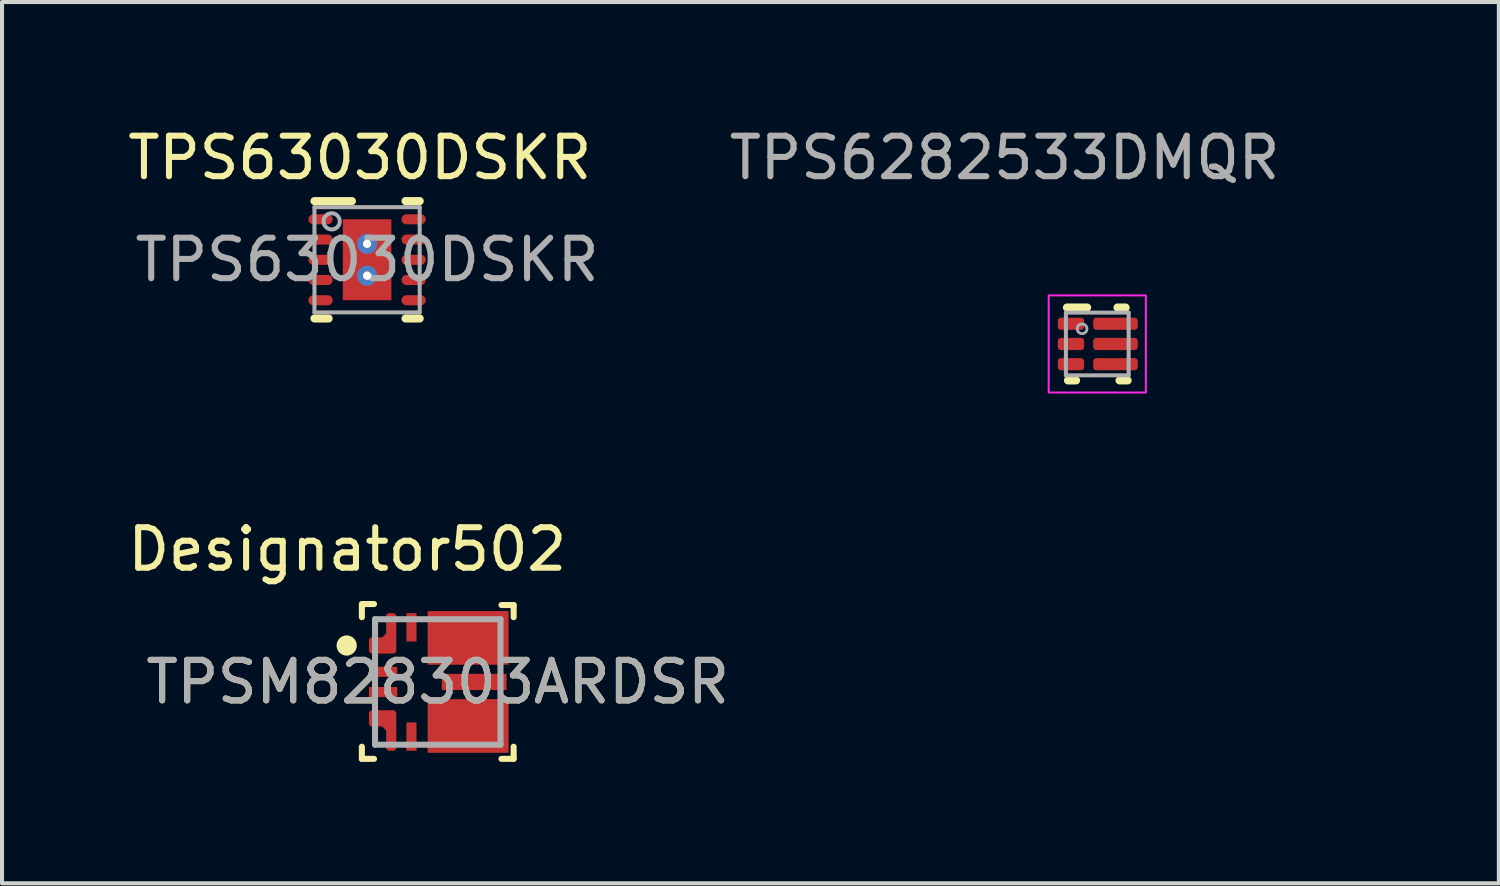
<source format=kicad_pcb>
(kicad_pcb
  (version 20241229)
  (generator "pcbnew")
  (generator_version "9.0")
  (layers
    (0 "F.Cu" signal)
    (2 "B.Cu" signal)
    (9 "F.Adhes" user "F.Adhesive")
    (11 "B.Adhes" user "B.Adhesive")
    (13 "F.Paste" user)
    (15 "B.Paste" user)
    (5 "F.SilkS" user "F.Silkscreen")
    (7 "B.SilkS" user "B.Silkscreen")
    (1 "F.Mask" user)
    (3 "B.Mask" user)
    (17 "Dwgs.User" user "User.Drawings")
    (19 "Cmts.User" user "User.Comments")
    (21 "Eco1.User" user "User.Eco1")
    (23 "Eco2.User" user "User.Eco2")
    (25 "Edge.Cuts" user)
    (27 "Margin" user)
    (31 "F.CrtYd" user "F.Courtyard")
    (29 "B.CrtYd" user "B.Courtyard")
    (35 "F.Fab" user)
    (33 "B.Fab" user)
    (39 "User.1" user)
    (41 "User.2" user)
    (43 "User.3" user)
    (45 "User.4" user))
  (footprint "TPS6282533DMQR"
    (layer "F.Cu")
    (at 24.059 5.448)
    (property "Reference" "TPS6282533DMQR" (at 0.01 -1.93 0) (unlocked yes) (layer "User.2") (effects (font (size 1 1) (thickness 0.15))))
    (attr smd)
    (fp_line (start -0.75 -0.9) (end -0.25 -0.9) (stroke (width 0.2) (type solid)) (layer "F.SilkS"))
    (fp_line (start -0.725 0.9) (end -0.525 0.9) (stroke (width 0.2) (type solid)) (layer "F.SilkS"))
    (fp_line (start 0.5 -0.9) (end 0.7 -0.9) (stroke (width 0.2) (type solid)) (layer "F.SilkS"))
    (fp_line (start 0.55 0.9) (end 0.75 0.9) (stroke (width 0.2) (type solid)) (layer "F.SilkS"))
    (fp_poly (pts (xy 0.1 -0.45) (xy 0.1 -0.55) (xy 0.101 -0.56) (xy 0.104 -0.569) (xy 0.108 -0.578) (xy 0.115 -0.585) (xy 0.122 -0.592) (xy 0.131 -0.596) (xy 0.14 -0.599) (xy 0.15 -0.6) (xy 0.9 -0.6) (xy 0.91 -0.599) (xy 0.919 -0.596) (xy 0.928 -0.592) (xy 0.935 -0.585) (xy 0.942 -0.578) (xy 0.946 -0.569) (xy 0.949 -0.56) (xy 0.95 -0.55) (xy 0.95 -0.45) (xy 0.949 -0.44) (xy 0.946 -0.431) (xy 0.942 -0.422) (xy 0.935 -0.415) (xy 0.928 -0.408) (xy 0.919 -0.404) (xy 0.91 -0.401) (xy 0.9 -0.4) (xy 0.15 -0.4) (xy 0.14 -0.401) (xy 0.131 -0.404) (xy 0.122 -0.408) (xy 0.115 -0.415) (xy 0.108 -0.422) (xy 0.104 -0.431) (xy 0.101 -0.44)) (stroke (width 0) (type solid)) (fill yes) (layer "F.Paste"))
    (fp_poly (pts (xy 0.1 0.05) (xy 0.1 -0.05) (xy 0.101 -0.06) (xy 0.104 -0.069) (xy 0.108 -0.078) (xy 0.115 -0.085) (xy 0.122 -0.092) (xy 0.131 -0.096) (xy 0.14 -0.099) (xy 0.15 -0.1) (xy 0.9 -0.1) (xy 0.91 -0.099) (xy 0.919 -0.096) (xy 0.928 -0.092) (xy 0.935 -0.085) (xy 0.942 -0.078) (xy 0.946 -0.069) (xy 0.949 -0.06) (xy 0.95 -0.05) (xy 0.95 0.05) (xy 0.949 0.06) (xy 0.946 0.069) (xy 0.942 0.078) (xy 0.935 0.085) (xy 0.928 0.092) (xy 0.919 0.096) (xy 0.91 0.099) (xy 0.9 0.1) (xy 0.15 0.1) (xy 0.14 0.099) (xy 0.131 0.096) (xy 0.122 0.092) (xy 0.115 0.085) (xy 0.108 0.078) (xy 0.104 0.069) (xy 0.101 0.06)) (stroke (width 0) (type solid)) (fill yes) (layer "F.Paste"))
    (fp_poly (pts (xy 0.1 0.55) (xy 0.1 0.45) (xy 0.101 0.44) (xy 0.104 0.431) (xy 0.108 0.422) (xy 0.115 0.415) (xy 0.122 0.408) (xy 0.131 0.404) (xy 0.14 0.401) (xy 0.15 0.4) (xy 0.9 0.4) (xy 0.91 0.401) (xy 0.919 0.404) (xy 0.928 0.408) (xy 0.935 0.415) (xy 0.942 0.422) (xy 0.946 0.431) (xy 0.949 0.44) (xy 0.95 0.45) (xy 0.95 0.55) (xy 0.949 0.56) (xy 0.946 0.569) (xy 0.942 0.578) (xy 0.935 0.585) (xy 0.928 0.592) (xy 0.919 0.596) (xy 0.91 0.599) (xy 0.9 0.6) (xy 0.15 0.6) (xy 0.14 0.599) (xy 0.131 0.596) (xy 0.122 0.592) (xy 0.115 0.585) (xy 0.108 0.578) (xy 0.104 0.569) (xy 0.101 0.56)) (stroke (width 0) (type solid)) (fill yes) (layer "F.Paste"))
    (fp_rect (start -1.2 -1.2) (end 1.2 1.2) (stroke (width 0.05) (type default)) (fill no) (layer "F.CrtYd"))
    (fp_line (start -0.775 -0.775) (end 0.775 -0.775) (stroke (width 0.1) (type solid)) (layer "F.Fab"))
    (fp_line (start -0.775 0.775) (end -0.775 -0.775) (stroke (width 0.1) (type solid)) (layer "F.Fab"))
    (fp_line (start -0.775 0.775) (end 0.775 0.775) (stroke (width 0.1) (type solid)) (layer "F.Fab"))
    (fp_line (start 0.775 0.775) (end 0.775 -0.775) (stroke (width 0.1) (type solid)) (layer "F.Fab"))
    (fp_circle (center -0.375 -0.375) (end -0.255 -0.375) (stroke (width 0.07) (type solid)) (fill no) (layer "F.Fab"))
    (fp_text user "${REFERENCE}" (at -2.29 -4.6 0) (unlocked yes) (layer "F.Fab") (effects (font (size 1 1) (thickness 0.15))))
    (pad "1" smd roundrect (at -0.65 -0.5) (size 0.65 0.3) (layers "F.Cu" "F.Mask" "F.Paste") (roundrect_rratio 0.25))
    (pad "2" smd roundrect (at -0.65 0) (size 0.65 0.3) (layers "F.Cu" "F.Mask" "F.Paste") (roundrect_rratio 0.25))
    (pad "3" smd roundrect (at -0.65 0.5) (size 0.65 0.3) (layers "F.Cu" "F.Mask" "F.Paste") (roundrect_rratio 0.25))
    (pad "4" smd roundrect (at 0.45 0.5) (size 1.1 0.3) (layers "F.Cu" "F.Mask") (roundrect_rratio 0.25))
    (pad "5" smd roundrect (at 0.45 0) (size 1.1 0.3) (layers "F.Cu" "F.Mask") (roundrect_rratio 0.25))
    (pad "6" smd roundrect (at 0.45 -0.5) (size 1.1 0.3) (layers "F.Cu" "F.Mask") (roundrect_rratio 0.25)))
  (footprint "TPS63030DSKR"
    (layer "F.Cu")
    (at 6.019 3.368)
    (property "Reference" "TPS63030DSKR" (at -0.18 -2.52 0) (unlocked yes) (layer "F.SilkS") (effects (font (size 1 1) (thickness 0.15))))
    (attr smd)
    (fp_poly (pts (xy -0.663 -0.594) (xy -0.663 -1.064) (xy 0.663 -1.064) (xy 0.663 -0.594)) (stroke (width 0) (type solid)) (fill yes) (layer "F.Mask"))
    (fp_poly (pts (xy -0.663 0.194) (xy -0.663 -0.194) (xy 0.663 -0.194) (xy 0.663 0.194)) (stroke (width 0) (type solid)) (fill yes) (layer "F.Mask"))
    (fp_poly (pts (xy -0.663 1.064) (xy -0.663 -1.064) (xy -0.2 -1.064) (xy -0.2 1.064)) (stroke (width 0) (type solid)) (fill yes) (layer "F.Mask"))
    (fp_poly (pts (xy -0.663 1.064) (xy -0.663 0.594) (xy 0.663 0.594) (xy 0.663 1.064)) (stroke (width 0) (type solid)) (fill yes) (layer "F.Mask"))
    (fp_poly (pts (xy 0.2 1.064) (xy 0.2 -1.064) (xy 0.663 -1.064) (xy 0.663 1.064)) (stroke (width 0) (type solid)) (fill yes) (layer "F.Mask"))
    (fp_line (start -1.3 -1.45) (end -0.375 -1.45) (stroke (width 0.2) (type solid)) (layer "F.SilkS"))
    (fp_line (start -1.3 1.45) (end -0.95 1.45) (stroke (width 0.2) (type solid)) (layer "F.SilkS"))
    (fp_line (start 0.95 -1.45) (end 1.3 -1.45) (stroke (width 0.2) (type solid)) (layer "F.SilkS"))
    (fp_line (start 0.95 1.45) (end 1.3 1.45) (stroke (width 0.2) (type solid)) (layer "F.SilkS"))
    (fp_poly (pts (xy -0.563 0.894) (xy 0.563 0.894) (xy 0.563 -0.895) (xy -0.563 -0.895)) (stroke (width 0) (type solid)) (fill yes) (layer "F.Paste"))
    (fp_line (start -1.3 -1.3) (end 1.3 -1.3) (stroke (width 0.1) (type solid)) (layer "F.Fab"))
    (fp_line (start -1.3 1.3) (end -1.3 -1.3) (stroke (width 0.1) (type solid)) (layer "F.Fab"))
    (fp_line (start -1.3 1.3) (end 1.3 1.3) (stroke (width 0.1) (type solid)) (layer "F.Fab"))
    (fp_line (start 1.3 1.3) (end 1.3 -1.3) (stroke (width 0.1) (type solid)) (layer "F.Fab"))
    (fp_circle (center -0.875 -0.95) (end -0.675 -0.95) (stroke (width 0.1) (type solid)) (fill no) (layer "F.Fab"))
    (fp_text user "${REFERENCE}" (at 0 0 0) (unlocked yes) (layer "F.Fab") (effects (font (size 1 1) (thickness 0.15))))
    (pad "1" smd oval (at -1.15 -1 90) (size 0.25 0.6) (layers "F.Cu" "F.Mask" "F.Paste"))
    (pad "2" smd oval (at -1.15 -0.5 90) (size 0.25 0.6) (layers "F.Cu" "F.Mask" "F.Paste"))
    (pad "3" smd oval (at -1.15 -0.000003 90) (size 0.25 0.6) (layers "F.Cu" "F.Mask" "F.Paste"))
    (pad "4" smd oval (at -1.15 0.5 90) (size 0.25 0.6) (layers "F.Cu" "F.Mask" "F.Paste"))
    (pad "5" smd oval (at -1.15 1 90) (size 0.25 0.6) (layers "F.Cu" "F.Mask" "F.Paste"))
    (pad "6" smd oval (at 1.15 1 90) (size 0.25 0.6) (layers "F.Cu" "F.Mask" "F.Paste"))
    (pad "7" smd oval (at 1.15 0.5 90) (size 0.25 0.6) (layers "F.Cu" "F.Mask" "F.Paste"))
    (pad "8" smd oval (at 1.15 -0.000003 90) (size 0.25 0.6) (layers "F.Cu" "F.Mask" "F.Paste"))
    (pad "9" smd oval (at 1.15 -0.5 90) (size 0.25 0.6) (layers "F.Cu" "F.Mask" "F.Paste"))
    (pad "10" smd oval (at 1.15 -1 90) (size 0.25 0.6) (layers "F.Cu" "F.Mask" "F.Paste"))
    (pad "11" thru_hole circle (at 0 -0.394) (size 0.5 0.5) (drill 0.203) (layers "*.Cu" "*.Mask"))
    (pad "11" smd rect (at 0 0) (size 1.2 2) (layers "F.Cu" "F.Mask" "F.Paste"))
    (pad "11" thru_hole circle (at 0 0.394 90) (size 0.5 0.5) (drill 0.203) (layers "*.Cu" "*.Mask")))
  (footprint "TPSM828303ARDSR"
    (layer "F.Cu")
    (at 7.765 13.798)
    (property "Reference" "TPSM828303ARDSR" (at 0 0 0) (unlocked yes) (layer "F.SilkS") (effects (font (size 1 1) (thickness 0.15))))
    (attr smd)
    (fp_poly (pts (xy -1.025 -1.65) (xy -1.075 -1.7) (xy -1.225 -1.7) (xy -1.275 -1.65) (xy -1.275 -1.2) (xy -1.375 -1.1) (xy -1.65 -1.1) (xy -1.7 -1.05) (xy -1.7 -0.75) (xy -1.65 -0.7) (xy -1.075 -0.7) (xy -1.025 -0.75)) (stroke (width 0) (type solid)) (fill yes) (layer "F.Cu"))
    (fp_poly (pts (xy -1.025 1.65) (xy -1.075 1.7) (xy -1.225 1.7) (xy -1.275 1.65) (xy -1.275 1.2) (xy -1.375 1.1) (xy -1.65 1.1) (xy -1.7 1.05) (xy -1.7 0.75) (xy -1.65 0.7) (xy -1.075 0.7) (xy -1.025 0.75)) (stroke (width 0) (type solid)) (fill yes) (layer "F.Cu"))
    (fp_poly (pts (xy -1.75 0.325) (xy -1.75 0.175) (xy -1.65 0.075) (xy -1.05 0.075) (xy -0.95 0.175) (xy -0.95 0.325) (xy -1.05 0.425) (xy -1.65 0.425)) (stroke (width 0) (type solid)) (fill yes) (layer "F.Mask"))
    (fp_poly (pts (xy -1.65 -0.425) (xy -1.05 -0.425) (xy -0.95 -0.325) (xy -0.95 -0.175) (xy -1.05 -0.075) (xy -1.65 -0.075) (xy -1.75 -0.175) (xy -1.75 -0.325)) (stroke (width 0) (type solid)) (fill yes) (layer "F.Mask"))
    (fp_poly (pts (xy -0.475 -1.05) (xy -0.575 -0.95) (xy -0.725 -0.95) (xy -0.825 -1.05) (xy -0.825 -1.65) (xy -0.725 -1.75) (xy -0.575 -1.75) (xy -0.475 -1.65)) (stroke (width 0) (type solid)) (fill yes) (layer "F.Mask"))
    (fp_poly (pts (xy -0.475 1.65) (xy -0.575 1.75) (xy -0.725 1.75) (xy -0.825 1.65) (xy -0.825 1.05) (xy -0.725 0.95) (xy -0.575 0.95) (xy -0.475 1.05)) (stroke (width 0) (type solid)) (fill yes) (layer "F.Mask"))
    (fp_poly (pts (xy 1.75 -0.15) (xy 1.75 0.15) (xy 1.65 0.25) (xy 0.15 0.25) (xy 0.05 0.15) (xy 0.05 -0.15) (xy 0.15 -0.25) (xy 1.65 -0.25)) (stroke (width 0) (type solid)) (fill yes) (layer "F.Mask"))
    (fp_poly (pts (xy -1.75 -1.05) (xy -1.65 -1.15) (xy -1.375 -1.15) (xy -1.325 -1.2) (xy -1.325 -1.65) (xy -1.225 -1.75) (xy -1.075 -1.75) (xy -0.975 -1.65) (xy -0.975 -0.75) (xy -1.075 -0.65) (xy -1.65 -0.65) (xy -1.75 -0.75)) (stroke (width 0) (type solid)) (fill yes) (layer "F.Mask"))
    (fp_poly (pts (xy -1.75 1.05) (xy -1.65 1.15) (xy -1.375 1.15) (xy -1.325 1.2) (xy -1.325 1.65) (xy -1.225 1.75) (xy -1.075 1.75) (xy -0.975 1.65) (xy -0.975 0.75) (xy -1.075 0.65) (xy -1.65 0.65) (xy -1.75 0.75)) (stroke (width 0) (type solid)) (fill yes) (layer "F.Mask"))
    (fp_poly (pts (xy -0.2 -0.525) (xy -0.15 -0.475) (xy 1.225 -0.475) (xy 1.275 -0.525) (xy 1.275 -0.65) (xy 1.325 -0.7) (xy 1.65 -0.7) (xy 1.7 -0.75) (xy 1.7 -1.05) (xy 1.65 -1.1) (xy 1.325 -1.1) (xy 1.275 -1.15) (xy 1.275 -1.65) (xy 1.225 -1.7) (xy 1.075 -1.7) (xy 1.025 -1.65) (xy 1.025 -1.325) (xy 0.975 -1.275) (xy 0.825 -1.275) (xy 0.775 -1.325) (xy 0.775 -1.65) (xy 0.725 -1.7) (xy 0.575 -1.7) (xy 0.525 -1.65) (xy 0.525 -1.325) (xy 0.475 -1.275) (xy 0.25 -1.275) (xy 0.2 -1.325) (xy 0.2 -1.65) (xy 0.15 -1.7) (xy -0.15 -1.7) (xy -0.2 -1.65)) (stroke (width 0) (type solid)) (fill yes) (layer "F.Mask"))
    (fp_poly (pts (xy -0.2 0.525) (xy -0.15 0.475) (xy 1.225 0.475) (xy 1.275 0.525) (xy 1.275 0.65) (xy 1.325 0.7) (xy 1.65 0.7) (xy 1.7 0.75) (xy 1.7 1.05) (xy 1.65 1.1) (xy 1.325 1.1) (xy 1.275 1.15) (xy 1.275 1.65) (xy 1.225 1.7) (xy 1.075 1.7) (xy 1.025 1.65) (xy 1.025 1.325) (xy 0.975 1.275) (xy 0.825 1.275) (xy 0.775 1.325) (xy 0.775 1.65) (xy 0.725 1.7) (xy 0.575 1.7) (xy 0.525 1.65) (xy 0.525 1.325) (xy 0.475 1.275) (xy 0.25 1.275) (xy 0.2 1.325) (xy 0.2 1.65) (xy 0.15 1.7) (xy -0.15 1.7) (xy -0.2 1.65)) (stroke (width 0) (type solid)) (fill yes) (layer "F.Mask"))
    (fp_line (start -1.875 -1.925) (end -1.575 -1.925) (stroke (width 0.15) (type solid)) (layer "F.SilkS"))
    (fp_line (start -1.875 -1.6) (end -1.875 -1.9) (stroke (width 0.15) (type solid)) (layer "F.SilkS"))
    (fp_line (start -1.875 1.9) (end -1.875 1.6) (stroke (width 0.15) (type solid)) (layer "F.SilkS"))
    (fp_line (start -1.875 1.9) (end -1.575 1.9) (stroke (width 0.15) (type solid)) (layer "F.SilkS"))
    (fp_line (start 1.575 -1.9) (end 1.875 -1.9) (stroke (width 0.15) (type solid)) (layer "F.SilkS"))
    (fp_line (start 1.575 1.9) (end 1.875 1.9) (stroke (width 0.15) (type solid)) (layer "F.SilkS"))
    (fp_line (start 1.875 -1.6) (end 1.875 -1.9) (stroke (width 0.15) (type solid)) (layer "F.SilkS"))
    (fp_line (start 1.875 1.9) (end 1.875 1.6) (stroke (width 0.15) (type solid)) (layer "F.SilkS"))
    (fp_circle (center -2.25 -0.9) (end -2.125 -0.9) (stroke (width 0.25) (type solid)) (fill no) (layer "F.SilkS"))
    (fp_poly (pts (xy -1.699 1.05) (xy -1.699 0.75) (xy -1.649 0.7) (xy -1.074 0.7) (xy -1.024 0.75) (xy -1.024 1.05) (xy -1.074 1.1) (xy -1.649 1.1)) (stroke (width 0) (type solid)) (fill yes) (layer "F.Paste"))
    (fp_poly (pts (xy -1.649 -0.7) (xy -1.699 -0.75) (xy -1.699 -1.05) (xy -1.649 -1.1) (xy -1.074 -1.1) (xy -1.024 -1.05) (xy -1.024 -0.75) (xy -1.074 -0.7)) (stroke (width 0) (type solid)) (fill yes) (layer "F.Paste"))
    (fp_poly (pts (xy -1.275 1.35) (xy -1.225 1.3) (xy -1.075 1.3) (xy -1.025 1.35) (xy -1.025 1.65) (xy -1.075 1.7) (xy -1.225 1.7) (xy -1.275 1.65)) (stroke (width 0) (type solid)) (fill yes) (layer "F.Paste"))
    (fp_poly (pts (xy -1.225 -1.3) (xy -1.275 -1.35) (xy -1.275 -1.65) (xy -1.225 -1.7) (xy -1.075 -1.7) (xy -1.025 -1.65) (xy -1.025 -1.35) (xy -1.075 -1.3)) (stroke (width 0) (type solid)) (fill yes) (layer "F.Paste"))
    (fp_poly (pts (xy -0.2 -1.325) (xy -0.2 -1.651) (xy -0.15 -1.7) (xy 0.15 -1.7) (xy 0.2 -1.651) (xy 0.2 -1.325) (xy 0.15 -1.275) (xy -0.15 -1.275)) (stroke (width 0) (type solid)) (fill yes) (layer "F.Paste"))
    (fp_poly (pts (xy -0.2 1.651) (xy -0.2 1.325) (xy -0.15 1.275) (xy 0.15 1.275) (xy 0.2 1.325) (xy 0.2 1.651) (xy 0.15 1.7) (xy -0.15 1.7)) (stroke (width 0) (type solid)) (fill yes) (layer "F.Paste"))
    (fp_poly (pts (xy -0.15 0.475) (xy 1.03 0.475) (xy 1.08 0.525) (xy 1.08 1.025) (xy 1.03 1.075) (xy -0.15 1.075) (xy -0.2 1.025) (xy -0.2 0.525)) (stroke (width 0) (type solid)) (fill yes) (layer "F.Paste"))
    (fp_poly (pts (xy 0.575 -1.7) (xy 0.725 -1.7) (xy 0.775 -1.651) (xy 0.775 -1.325) (xy 0.725 -1.275) (xy 0.575 -1.275) (xy 0.525 -1.325) (xy 0.525 -1.651)) (stroke (width 0) (type solid)) (fill yes) (layer "F.Paste"))
    (fp_poly (pts (xy 0.575 1.275) (xy 0.725 1.275) (xy 0.775 1.325) (xy 0.775 1.651) (xy 0.725 1.7) (xy 0.575 1.7) (xy 0.525 1.651) (xy 0.525 1.325)) (stroke (width 0) (type solid)) (fill yes) (layer "F.Paste"))
    (fp_poly (pts (xy 0.75 -0.2) (xy 0.8 -0.15) (xy 0.8 0.15) (xy 0.75 0.2) (xy 0.15 0.2) (xy 0.1 0.15) (xy 0.1 -0.15) (xy 0.15 -0.2)) (stroke (width 0) (type solid)) (fill yes) (layer "F.Paste"))
    (fp_poly (pts (xy 1.03 -0.475) (xy -0.15 -0.475) (xy -0.2 -0.525) (xy -0.2 -1.025) (xy -0.15 -1.075) (xy 1.03 -1.075) (xy 1.08 -1.025) (xy 1.08 -0.525)) (stroke (width 0) (type solid)) (fill yes) (layer "F.Paste"))
    (fp_poly (pts (xy 1.075 -1.7) (xy 1.225 -1.7) (xy 1.275 -1.651) (xy 1.275 -1.325) (xy 1.225 -1.275) (xy 1.075 -1.275) (xy 1.025 -1.325) (xy 1.025 -1.651)) (stroke (width 0) (type solid)) (fill yes) (layer "F.Paste"))
    (fp_poly (pts (xy 1.075 1.275) (xy 1.225 1.275) (xy 1.275 1.325) (xy 1.275 1.651) (xy 1.225 1.7) (xy 1.075 1.7) (xy 1.025 1.651) (xy 1.025 1.325)) (stroke (width 0) (type solid)) (fill yes) (layer "F.Paste"))
    (fp_poly (pts (xy 1.65 0.2) (xy 1.05 0.2) (xy 1 0.15) (xy 1 -0.15) (xy 1.05 -0.2) (xy 1.65 -0.2) (xy 1.7 -0.15) (xy 1.7 0.15)) (stroke (width 0) (type solid)) (fill yes) (layer "F.Paste"))
    (fp_poly (pts (xy 1.7 -0.75) (xy 1.651 -0.7) (xy 1.325 -0.7) (xy 1.275 -0.75) (xy 1.275 -1.05) (xy 1.325 -1.1) (xy 1.651 -1.1) (xy 1.7 -1.05)) (stroke (width 0) (type solid)) (fill yes) (layer "F.Paste"))
    (fp_poly (pts (xy 1.7 1.05) (xy 1.651 1.1) (xy 1.325 1.1) (xy 1.275 1.05) (xy 1.275 0.75) (xy 1.325 0.7) (xy 1.651 0.7) (xy 1.7 0.75)) (stroke (width 0) (type solid)) (fill yes) (layer "F.Paste"))
    (fp_line (start -1.55 -1.55) (end 1.55 -1.55) (stroke (width 0.15) (type solid)) (layer "F.Fab"))
    (fp_line (start -1.55 1.55) (end -1.55 -1.55) (stroke (width 0.15) (type solid)) (layer "F.Fab"))
    (fp_line (start -1.55 1.55) (end 1.55 1.55) (stroke (width 0.15) (type solid)) (layer "F.Fab"))
    (fp_line (start 1.55 1.55) (end 1.55 -1.55) (stroke (width 0.15) (type solid)) (layer "F.Fab"))
    (fp_text user "Designator502" (at -2.235 -3.277 0) (unlocked yes) (layer "F.SilkS") (effects (font (size 1 1) (thickness 0.15))))
    (fp_text user "${REFERENCE}" (at 0 0 0) (unlocked yes) (layer "F.Fab") (effects (font (size 1 1) (thickness 0.15))))
    (pad "1" smd circle (at -1.236 -0.911) (size 0.38 0.38) (layers "F.Cu"))
    (pad "2" smd rect (at -1.35 -0.25) (size 0.7 0.25) (layers "F.Cu" "F.Paste"))
    (pad "3" smd rect (at -1.35 0.25) (size 0.7 0.25) (layers "F.Cu" "F.Paste"))
    (pad "4" smd circle (at -1.489 0.898) (size 0.357 0.357) (layers "F.Cu"))
    (pad "5" smd rect (at -0.65 1.35) (size 0.25 0.7) (layers "F.Cu" "F.Paste"))
    (pad "6" smd rect (at 0.75 1.088) (size 2 1.325) (layers "F.Cu"))
    (pad "7" smd rect (at 0.9 0) (size 1.6 0.4) (layers "F.Cu"))
    (pad "8" smd rect (at 0.75 -1.088) (size 2 1.325) (layers "F.Cu"))
    (pad "9" smd rect (at -0.65 -1.35) (size 0.25 0.7) (layers "F.Cu" "F.Paste")))
  (gr_rect
    (start -3 -3)
    (end 33.98 18.773)
    (stroke (width 0.1) (type default))
    (fill no)
    (layer "Edge.Cuts")))
</source>
